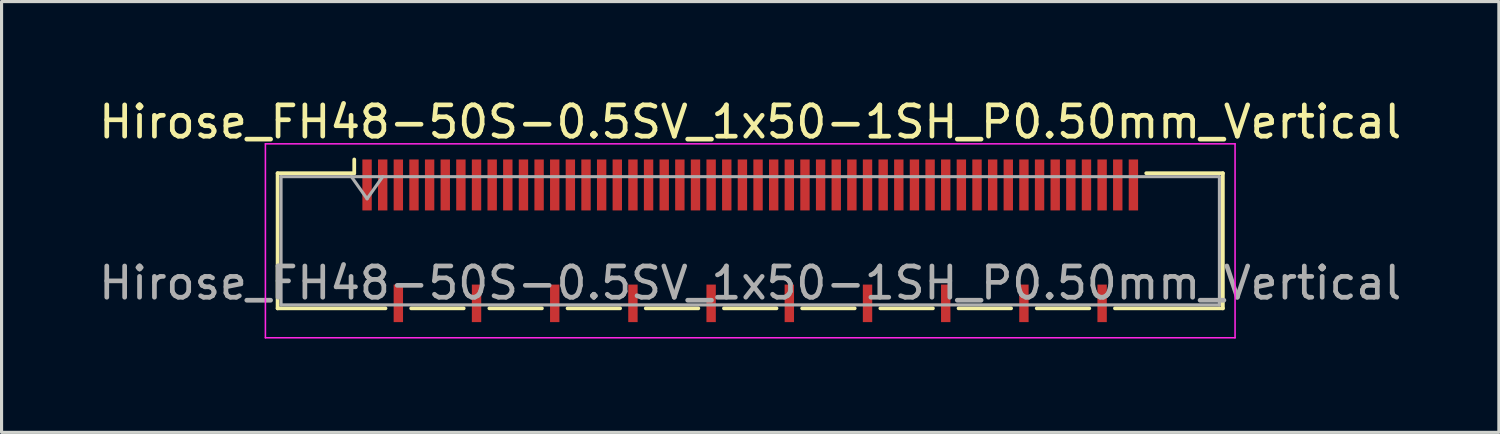
<source format=kicad_pcb>
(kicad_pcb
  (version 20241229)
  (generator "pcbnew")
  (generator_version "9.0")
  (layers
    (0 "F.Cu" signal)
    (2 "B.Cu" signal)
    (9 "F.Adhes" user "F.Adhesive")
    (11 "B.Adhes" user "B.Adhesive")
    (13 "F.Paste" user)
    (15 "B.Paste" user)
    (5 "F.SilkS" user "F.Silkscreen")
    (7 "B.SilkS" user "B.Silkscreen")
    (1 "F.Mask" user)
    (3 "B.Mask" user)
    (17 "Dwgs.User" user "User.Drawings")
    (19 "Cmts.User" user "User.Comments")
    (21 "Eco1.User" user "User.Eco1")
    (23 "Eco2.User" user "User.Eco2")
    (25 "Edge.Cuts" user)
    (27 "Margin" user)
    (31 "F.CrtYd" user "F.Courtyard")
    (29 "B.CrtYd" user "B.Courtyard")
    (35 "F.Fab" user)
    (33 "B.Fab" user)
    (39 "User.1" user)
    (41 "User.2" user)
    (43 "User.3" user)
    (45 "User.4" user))
  (footprint "Hirose_FH48-50S-0.5SV_1x50-1SH_P0.50mm_Vertical"
    (layer "F.Cu")
    (at 20.935 4.648)
    (property "Reference" "Hirose_FH48-50S-0.5SV_1x50-1SH_P0.50mm_Vertical" (at 0 -3.8 0) (layer "F.SilkS") (effects (font (size 1 1) (thickness 0.15))))
    (attr smd)
    (fp_line (start -15.11 -2.16) (end -15.11 2.16) (stroke (width 0.12) (type solid)) (layer "F.SilkS"))
    (fp_line (start -15.11 2.16) (end -11.66 2.16) (stroke (width 0.12) (type solid)) (layer "F.SilkS"))
    (fp_line (start -12.66 -2.6) (end -12.66 -2.16) (stroke (width 0.12) (type solid)) (layer "F.SilkS"))
    (fp_line (start -12.66 -2.16) (end -15.11 -2.16) (stroke (width 0.12) (type solid)) (layer "F.SilkS"))
    (fp_line (start -10.84 2.16) (end -9.16 2.16) (stroke (width 0.12) (type solid)) (layer "F.SilkS"))
    (fp_line (start -8.34 2.16) (end -6.66 2.16) (stroke (width 0.12) (type solid)) (layer "F.SilkS"))
    (fp_line (start -5.84 2.16) (end -4.16 2.16) (stroke (width 0.12) (type solid)) (layer "F.SilkS"))
    (fp_line (start -3.34 2.16) (end -1.66 2.16) (stroke (width 0.12) (type solid)) (layer "F.SilkS"))
    (fp_line (start -0.84 2.16) (end 0.84 2.16) (stroke (width 0.12) (type solid)) (layer "F.SilkS"))
    (fp_line (start 1.66 2.16) (end 3.34 2.16) (stroke (width 0.12) (type solid)) (layer "F.SilkS"))
    (fp_line (start 4.16 2.16) (end 5.84 2.16) (stroke (width 0.12) (type solid)) (layer "F.SilkS"))
    (fp_line (start 6.66 2.16) (end 8.34 2.16) (stroke (width 0.12) (type solid)) (layer "F.SilkS"))
    (fp_line (start 9.16 2.16) (end 10.84 2.16) (stroke (width 0.12) (type solid)) (layer "F.SilkS"))
    (fp_line (start 12.66 -2.16) (end 15.11 -2.16) (stroke (width 0.12) (type solid)) (layer "F.SilkS"))
    (fp_line (start 15.11 -2.16) (end 15.11 2.16) (stroke (width 0.12) (type solid)) (layer "F.SilkS"))
    (fp_line (start 15.11 2.16) (end 11.66 2.16) (stroke (width 0.12) (type solid)) (layer "F.SilkS"))
    (fp_line (start -15.5 -3.1) (end -15.5 3.1) (stroke (width 0.05) (type solid)) (layer "F.CrtYd"))
    (fp_line (start -15.5 3.1) (end 15.5 3.1) (stroke (width 0.05) (type solid)) (layer "F.CrtYd"))
    (fp_line (start 15.5 -3.1) (end -15.5 -3.1) (stroke (width 0.05) (type solid)) (layer "F.CrtYd"))
    (fp_line (start 15.5 3.1) (end 15.5 -3.1) (stroke (width 0.05) (type solid)) (layer "F.CrtYd"))
    (fp_line (start -15 -2.05) (end -15 2.05) (stroke (width 0.1) (type solid)) (layer "F.Fab"))
    (fp_line (start -15 2.05) (end 15 2.05) (stroke (width 0.1) (type solid)) (layer "F.Fab"))
    (fp_line (start -12.75 -2.05) (end -12.25 -1.343) (stroke (width 0.1) (type solid)) (layer "F.Fab"))
    (fp_line (start -12.25 -1.343) (end -11.75 -2.05) (stroke (width 0.1) (type solid)) (layer "F.Fab"))
    (fp_line (start 15 -2.05) (end -15 -2.05) (stroke (width 0.1) (type solid)) (layer "F.Fab"))
    (fp_line (start 15 2.05) (end 15 -2.05) (stroke (width 0.1) (type solid)) (layer "F.Fab"))
    (fp_text user "${REFERENCE}" (at 0 1.35 0) (layer "F.Fab") (effects (font (size 1 1) (thickness 0.15))))
    (pad "" smd rect (at -12.25 -1.785) (size 0.28 1.21) (layers "F.Paste"))
    (pad "" smd rect (at -11.75 -1.785) (size 0.28 1.21) (layers "F.Paste"))
    (pad "" smd rect (at -11.25 -1.785) (size 0.28 1.21) (layers "F.Paste"))
    (pad "" smd rect (at -11.25 2) (size 0.28 0.9) (layers "F.Paste"))
    (pad "" smd rect (at -10.75 -1.785) (size 0.28 1.21) (layers "F.Paste"))
    (pad "" smd rect (at -10.25 -1.785) (size 0.28 1.21) (layers "F.Paste"))
    (pad "" smd rect (at -9.75 -1.785) (size 0.28 1.21) (layers "F.Paste"))
    (pad "" smd rect (at -9.25 -1.785) (size 0.28 1.21) (layers "F.Paste"))
    (pad "" smd rect (at -8.75 -1.785) (size 0.28 1.21) (layers "F.Paste"))
    (pad "" smd rect (at -8.75 2) (size 0.28 0.9) (layers "F.Paste"))
    (pad "" smd rect (at -8.25 -1.785) (size 0.28 1.21) (layers "F.Paste"))
    (pad "" smd rect (at -7.75 -1.785) (size 0.28 1.21) (layers "F.Paste"))
    (pad "" smd rect (at -7.25 -1.785) (size 0.28 1.21) (layers "F.Paste"))
    (pad "" smd rect (at -6.75 -1.785) (size 0.28 1.21) (layers "F.Paste"))
    (pad "" smd rect (at -6.25 -1.785) (size 0.28 1.21) (layers "F.Paste"))
    (pad "" smd rect (at -6.25 2) (size 0.28 0.9) (layers "F.Paste"))
    (pad "" smd rect (at -5.75 -1.785) (size 0.28 1.21) (layers "F.Paste"))
    (pad "" smd rect (at -5.25 -1.785) (size 0.28 1.21) (layers "F.Paste"))
    (pad "" smd rect (at -4.75 -1.785) (size 0.28 1.21) (layers "F.Paste"))
    (pad "" smd rect (at -4.25 -1.785) (size 0.28 1.21) (layers "F.Paste"))
    (pad "" smd rect (at -3.75 -1.785) (size 0.28 1.21) (layers "F.Paste"))
    (pad "" smd rect (at -3.75 2) (size 0.28 0.9) (layers "F.Paste"))
    (pad "" smd rect (at -3.25 -1.785) (size 0.28 1.21) (layers "F.Paste"))
    (pad "" smd rect (at -2.75 -1.785) (size 0.28 1.21) (layers "F.Paste"))
    (pad "" smd rect (at -2.25 -1.785) (size 0.28 1.21) (layers "F.Paste"))
    (pad "" smd rect (at -1.75 -1.785) (size 0.28 1.21) (layers "F.Paste"))
    (pad "" smd rect (at -1.25 -1.785) (size 0.28 1.21) (layers "F.Paste"))
    (pad "" smd rect (at -1.25 2) (size 0.28 0.9) (layers "F.Paste"))
    (pad "" smd rect (at -0.75 -1.785) (size 0.28 1.21) (layers "F.Paste"))
    (pad "" smd rect (at -0.25 -1.785) (size 0.28 1.21) (layers "F.Paste"))
    (pad "" smd rect (at 0.25 -1.785) (size 0.28 1.21) (layers "F.Paste"))
    (pad "" smd rect (at 0.75 -1.785) (size 0.28 1.21) (layers "F.Paste"))
    (pad "" smd rect (at 1.25 -1.785) (size 0.28 1.21) (layers "F.Paste"))
    (pad "" smd rect (at 1.25 2) (size 0.28 0.9) (layers "F.Paste"))
    (pad "" smd rect (at 1.75 -1.785) (size 0.28 1.21) (layers "F.Paste"))
    (pad "" smd rect (at 2.25 -1.785) (size 0.28 1.21) (layers "F.Paste"))
    (pad "" smd rect (at 2.75 -1.785) (size 0.28 1.21) (layers "F.Paste"))
    (pad "" smd rect (at 3.25 -1.785) (size 0.28 1.21) (layers "F.Paste"))
    (pad "" smd rect (at 3.75 -1.785) (size 0.28 1.21) (layers "F.Paste"))
    (pad "" smd rect (at 3.75 2) (size 0.28 0.9) (layers "F.Paste"))
    (pad "" smd rect (at 4.25 -1.785) (size 0.28 1.21) (layers "F.Paste"))
    (pad "" smd rect (at 4.75 -1.785) (size 0.28 1.21) (layers "F.Paste"))
    (pad "" smd rect (at 5.25 -1.785) (size 0.28 1.21) (layers "F.Paste"))
    (pad "" smd rect (at 5.75 -1.785) (size 0.28 1.21) (layers "F.Paste"))
    (pad "" smd rect (at 6.25 -1.785) (size 0.28 1.21) (layers "F.Paste"))
    (pad "" smd rect (at 6.25 2) (size 0.28 0.9) (layers "F.Paste"))
    (pad "" smd rect (at 6.75 -1.785) (size 0.28 1.21) (layers "F.Paste"))
    (pad "" smd rect (at 7.25 -1.785) (size 0.28 1.21) (layers "F.Paste"))
    (pad "" smd rect (at 7.75 -1.785) (size 0.28 1.21) (layers "F.Paste"))
    (pad "" smd rect (at 8.25 -1.785) (size 0.28 1.21) (layers "F.Paste"))
    (pad "" smd rect (at 8.75 -1.785) (size 0.28 1.21) (layers "F.Paste"))
    (pad "" smd rect (at 8.75 2) (size 0.28 0.9) (layers "F.Paste"))
    (pad "" smd rect (at 9.25 -1.785) (size 0.28 1.21) (layers "F.Paste"))
    (pad "" smd rect (at 9.75 -1.785) (size 0.28 1.21) (layers "F.Paste"))
    (pad "" smd rect (at 10.25 -1.785) (size 0.28 1.21) (layers "F.Paste"))
    (pad "" smd rect (at 10.75 -1.785) (size 0.28 1.21) (layers "F.Paste"))
    (pad "" smd rect (at 11.25 -1.785) (size 0.28 1.21) (layers "F.Paste"))
    (pad "" smd rect (at 11.25 2) (size 0.28 0.9) (layers "F.Paste"))
    (pad "" smd rect (at 11.75 -1.785) (size 0.28 1.21) (layers "F.Paste"))
    (pad "" smd rect (at 12.25 -1.785) (size 0.28 1.21) (layers "F.Paste"))
    (pad "1" smd rect (at -12.25 -1.785) (size 0.3 1.63) (layers "F.Cu" "F.Mask"))
    (pad "2" smd rect (at -11.75 -1.785) (size 0.3 1.63) (layers "F.Cu" "F.Mask"))
    (pad "3" smd rect (at -11.25 -1.785) (size 0.3 1.63) (layers "F.Cu" "F.Mask"))
    (pad "4" smd rect (at -10.75 -1.785) (size 0.3 1.63) (layers "F.Cu" "F.Mask"))
    (pad "5" smd rect (at -10.25 -1.785) (size 0.3 1.63) (layers "F.Cu" "F.Mask"))
    (pad "6" smd rect (at -9.75 -1.785) (size 0.3 1.63) (layers "F.Cu" "F.Mask"))
    (pad "7" smd rect (at -9.25 -1.785) (size 0.3 1.63) (layers "F.Cu" "F.Mask"))
    (pad "8" smd rect (at -8.75 -1.785) (size 0.3 1.63) (layers "F.Cu" "F.Mask"))
    (pad "9" smd rect (at -8.25 -1.785) (size 0.3 1.63) (layers "F.Cu" "F.Mask"))
    (pad "10" smd rect (at -7.75 -1.785) (size 0.3 1.63) (layers "F.Cu" "F.Mask"))
    (pad "11" smd rect (at -7.25 -1.785) (size 0.3 1.63) (layers "F.Cu" "F.Mask"))
    (pad "12" smd rect (at -6.75 -1.785) (size 0.3 1.63) (layers "F.Cu" "F.Mask"))
    (pad "13" smd rect (at -6.25 -1.785) (size 0.3 1.63) (layers "F.Cu" "F.Mask"))
    (pad "14" smd rect (at -5.75 -1.785) (size 0.3 1.63) (layers "F.Cu" "F.Mask"))
    (pad "15" smd rect (at -5.25 -1.785) (size 0.3 1.63) (layers "F.Cu" "F.Mask"))
    (pad "16" smd rect (at -4.75 -1.785) (size 0.3 1.63) (layers "F.Cu" "F.Mask"))
    (pad "17" smd rect (at -4.25 -1.785) (size 0.3 1.63) (layers "F.Cu" "F.Mask"))
    (pad "18" smd rect (at -3.75 -1.785) (size 0.3 1.63) (layers "F.Cu" "F.Mask"))
    (pad "19" smd rect (at -3.25 -1.785) (size 0.3 1.63) (layers "F.Cu" "F.Mask"))
    (pad "20" smd rect (at -2.75 -1.785) (size 0.3 1.63) (layers "F.Cu" "F.Mask"))
    (pad "21" smd rect (at -2.25 -1.785) (size 0.3 1.63) (layers "F.Cu" "F.Mask"))
    (pad "22" smd rect (at -1.75 -1.785) (size 0.3 1.63) (layers "F.Cu" "F.Mask"))
    (pad "23" smd rect (at -1.25 -1.785) (size 0.3 1.63) (layers "F.Cu" "F.Mask"))
    (pad "24" smd rect (at -0.75 -1.785) (size 0.3 1.63) (layers "F.Cu" "F.Mask"))
    (pad "25" smd rect (at -0.25 -1.785) (size 0.3 1.63) (layers "F.Cu" "F.Mask"))
    (pad "26" smd rect (at 0.25 -1.785) (size 0.3 1.63) (layers "F.Cu" "F.Mask"))
    (pad "27" smd rect (at 0.75 -1.785) (size 0.3 1.63) (layers "F.Cu" "F.Mask"))
    (pad "28" smd rect (at 1.25 -1.785) (size 0.3 1.63) (layers "F.Cu" "F.Mask"))
    (pad "29" smd rect (at 1.75 -1.785) (size 0.3 1.63) (layers "F.Cu" "F.Mask"))
    (pad "30" smd rect (at 2.25 -1.785) (size 0.3 1.63) (layers "F.Cu" "F.Mask"))
    (pad "31" smd rect (at 2.75 -1.785) (size 0.3 1.63) (layers "F.Cu" "F.Mask"))
    (pad "32" smd rect (at 3.25 -1.785) (size 0.3 1.63) (layers "F.Cu" "F.Mask"))
    (pad "33" smd rect (at 3.75 -1.785) (size 0.3 1.63) (layers "F.Cu" "F.Mask"))
    (pad "34" smd rect (at 4.25 -1.785) (size 0.3 1.63) (layers "F.Cu" "F.Mask"))
    (pad "35" smd rect (at 4.75 -1.785) (size 0.3 1.63) (layers "F.Cu" "F.Mask"))
    (pad "36" smd rect (at 5.25 -1.785) (size 0.3 1.63) (layers "F.Cu" "F.Mask"))
    (pad "37" smd rect (at 5.75 -1.785) (size 0.3 1.63) (layers "F.Cu" "F.Mask"))
    (pad "38" smd rect (at 6.25 -1.785) (size 0.3 1.63) (layers "F.Cu" "F.Mask"))
    (pad "39" smd rect (at 6.75 -1.785) (size 0.3 1.63) (layers "F.Cu" "F.Mask"))
    (pad "40" smd rect (at 7.25 -1.785) (size 0.3 1.63) (layers "F.Cu" "F.Mask"))
    (pad "41" smd rect (at 7.75 -1.785) (size 0.3 1.63) (layers "F.Cu" "F.Mask"))
    (pad "42" smd rect (at 8.25 -1.785) (size 0.3 1.63) (layers "F.Cu" "F.Mask"))
    (pad "43" smd rect (at 8.75 -1.785) (size 0.3 1.63) (layers "F.Cu" "F.Mask"))
    (pad "44" smd rect (at 9.25 -1.785) (size 0.3 1.63) (layers "F.Cu" "F.Mask"))
    (pad "45" smd rect (at 9.75 -1.785) (size 0.3 1.63) (layers "F.Cu" "F.Mask"))
    (pad "46" smd rect (at 10.25 -1.785) (size 0.3 1.63) (layers "F.Cu" "F.Mask"))
    (pad "47" smd rect (at 10.75 -1.785) (size 0.3 1.63) (layers "F.Cu" "F.Mask"))
    (pad "48" smd rect (at 11.25 -1.785) (size 0.3 1.63) (layers "F.Cu" "F.Mask"))
    (pad "49" smd rect (at 11.75 -1.785) (size 0.3 1.63) (layers "F.Cu" "F.Mask"))
    (pad "50" smd rect (at 12.25 -1.785) (size 0.3 1.63) (layers "F.Cu" "F.Mask"))
    (pad "SH" smd rect (at -11.25 2) (size 0.3 1.2) (layers "F.Cu" "F.Mask"))
    (pad "SH" smd rect (at -8.75 2) (size 0.3 1.2) (layers "F.Cu" "F.Mask"))
    (pad "SH" smd rect (at -6.25 2) (size 0.3 1.2) (layers "F.Cu" "F.Mask"))
    (pad "SH" smd rect (at -3.75 2) (size 0.3 1.2) (layers "F.Cu" "F.Mask"))
    (pad "SH" smd rect (at -1.25 2) (size 0.3 1.2) (layers "F.Cu" "F.Mask"))
    (pad "SH" smd rect (at 1.25 2) (size 0.3 1.2) (layers "F.Cu" "F.Mask"))
    (pad "SH" smd rect (at 3.75 2) (size 0.3 1.2) (layers "F.Cu" "F.Mask"))
    (pad "SH" smd rect (at 6.25 2) (size 0.3 1.2) (layers "F.Cu" "F.Mask"))
    (pad "SH" smd rect (at 8.75 2) (size 0.3 1.2) (layers "F.Cu" "F.Mask"))
    (pad "SH" smd rect (at 11.25 2) (size 0.3 1.2) (layers "F.Cu" "F.Mask")))
  (gr_rect
    (start -3 -3)
    (end 44.869 10.773)
    (stroke (width 0.1) (type default))
    (fill no)
    (layer "Edge.Cuts")))
</source>
